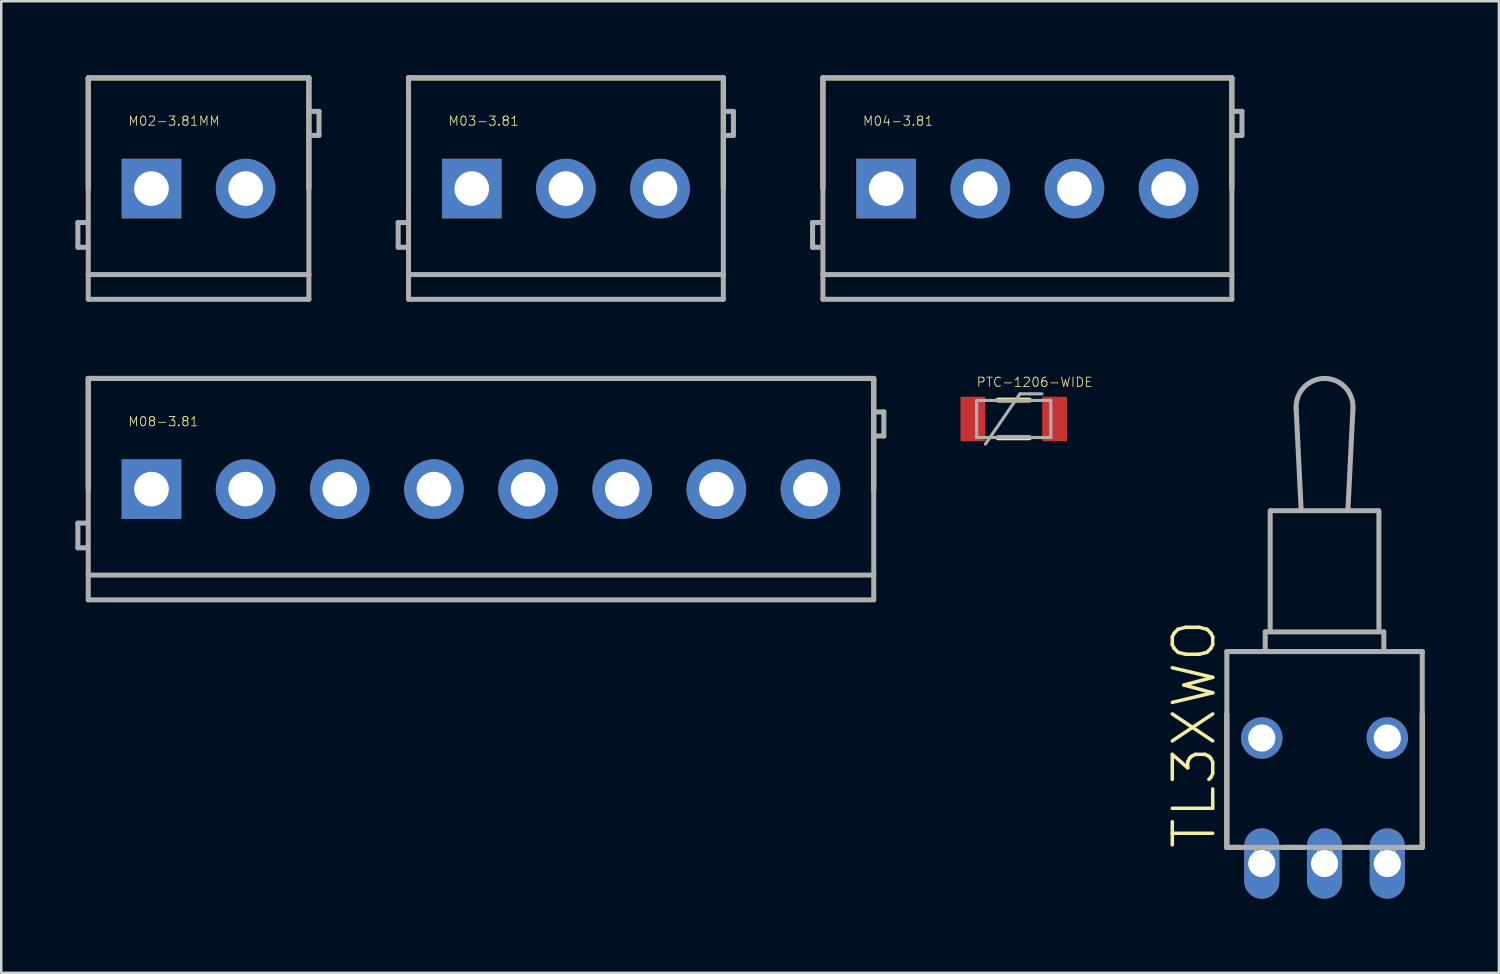
<source format=kicad_pcb>
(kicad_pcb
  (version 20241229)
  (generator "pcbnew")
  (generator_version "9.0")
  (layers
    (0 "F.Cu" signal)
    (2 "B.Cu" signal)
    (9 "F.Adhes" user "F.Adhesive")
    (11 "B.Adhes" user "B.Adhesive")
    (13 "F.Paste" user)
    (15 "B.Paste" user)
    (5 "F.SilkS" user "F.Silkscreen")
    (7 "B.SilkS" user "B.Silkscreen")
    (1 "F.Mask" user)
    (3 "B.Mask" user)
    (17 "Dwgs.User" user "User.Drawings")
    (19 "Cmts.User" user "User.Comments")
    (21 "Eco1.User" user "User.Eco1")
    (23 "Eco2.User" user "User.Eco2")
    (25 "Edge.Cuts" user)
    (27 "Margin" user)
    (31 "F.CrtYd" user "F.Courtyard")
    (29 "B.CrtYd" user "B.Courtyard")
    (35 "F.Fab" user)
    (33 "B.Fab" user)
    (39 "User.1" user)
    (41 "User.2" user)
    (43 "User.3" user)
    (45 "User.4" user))
  (footprint "M02-3.81MM"
    (layer "F.Cu")
    (at 3.081 4.582)
    (property "Reference" "M02-3.81MM" (at -0.965 -2.515 0) (unlocked yes) (layer "F.SilkS") (effects (font (size 0.374 0.374) (thickness 0.033)) (justify left bottom)))
    (fp_line (start -2.56 -4.48) (end 6.37 -4.48) (stroke (width 0.203) (type solid)) (layer "F.SilkS"))
    (fp_line (start -2.56 -0.013) (end -2.56 -4.48) (stroke (width 0.203) (type solid)) (layer "F.SilkS"))
    (fp_line (start 6.37 -4.48) (end 6.37 -0.013) (stroke (width 0.203) (type solid)) (layer "F.SilkS"))
    (fp_line (start -2.979 1.375) (end -2.979 2.375) (stroke (width 0.203) (type solid)) (layer "F.Fab"))
    (fp_line (start -2.979 2.375) (end -2.579 2.375) (stroke (width 0.203) (type solid)) (layer "F.Fab"))
    (fp_line (start -2.579 1.375) (end -2.979 1.375) (stroke (width 0.203) (type solid)) (layer "F.Fab"))
    (fp_line (start -2.56 -4.48) (end 6.37 -4.48) (stroke (width 0.203) (type solid)) (layer "F.Fab"))
    (fp_line (start -2.56 3.48) (end -2.56 -4.48) (stroke (width 0.203) (type solid)) (layer "F.Fab"))
    (fp_line (start -2.56 4.48) (end -2.56 3.48) (stroke (width 0.203) (type solid)) (layer "F.Fab"))
    (fp_line (start 6.37 -4.48) (end 6.37 3.48) (stroke (width 0.203) (type solid)) (layer "F.Fab"))
    (fp_line (start 6.37 3.48) (end -2.56 3.48) (stroke (width 0.203) (type solid)) (layer "F.Fab"))
    (fp_line (start 6.37 3.48) (end 6.37 4.48) (stroke (width 0.203) (type solid)) (layer "F.Fab"))
    (fp_line (start 6.37 4.48) (end -2.56 4.48) (stroke (width 0.203) (type solid)) (layer "F.Fab"))
    (fp_line (start 6.379 -3.125) (end 6.779 -3.125) (stroke (width 0.203) (type solid)) (layer "F.Fab"))
    (fp_line (start 6.779 -3.125) (end 6.779 -2.15) (stroke (width 0.203) (type solid)) (layer "F.Fab"))
    (fp_line (start 6.779 -2.15) (end 6.379 -2.15) (stroke (width 0.203) (type solid)) (layer "F.Fab"))
    (pad "1" thru_hole rect (at 0 0) (size 2.413 2.413) (drill 1.4) (layers "*.Cu" "*.Mask"))
    (pad "2" thru_hole circle (at 3.81 0) (size 2.413 2.413) (drill 1.4) (layers "*.Cu" "*.Mask")))
  (footprint "M08-3.81"
    (layer "F.Cu")
    (at 3.081 16.745)
    (property "Reference" "M08-3.81" (at -0.965 -2.515 0) (unlocked yes) (layer "F.SilkS") (effects (font (size 0.374 0.374) (thickness 0.033)) (justify left bottom)))
    (fp_line (start -2.56 -4.48) (end 29.23 -4.48) (stroke (width 0.203) (type solid)) (layer "F.SilkS"))
    (fp_line (start -2.56 0.035) (end -2.56 -4.457) (stroke (width 0.203) (type solid)) (layer "F.SilkS"))
    (fp_line (start 29.23 -4.457) (end 29.23 0.035) (stroke (width 0.203) (type solid)) (layer "F.SilkS"))
    (fp_line (start -2.979 1.375) (end -2.979 2.375) (stroke (width 0.203) (type solid)) (layer "F.Fab"))
    (fp_line (start -2.979 2.375) (end -2.579 2.375) (stroke (width 0.203) (type solid)) (layer "F.Fab"))
    (fp_line (start -2.579 1.375) (end -2.979 1.375) (stroke (width 0.203) (type solid)) (layer "F.Fab"))
    (fp_line (start -2.56 -4.48) (end 29.23 -4.48) (stroke (width 0.203) (type solid)) (layer "F.Fab"))
    (fp_line (start -2.56 3.48) (end -2.56 -4.48) (stroke (width 0.203) (type solid)) (layer "F.Fab"))
    (fp_line (start -2.56 4.48) (end -2.56 3.48) (stroke (width 0.203) (type solid)) (layer "F.Fab"))
    (fp_line (start 29.23 -4.48) (end 29.23 3.48) (stroke (width 0.203) (type solid)) (layer "F.Fab"))
    (fp_line (start 29.23 3.48) (end -2.56 3.48) (stroke (width 0.203) (type solid)) (layer "F.Fab"))
    (fp_line (start 29.23 3.48) (end 29.23 4.48) (stroke (width 0.203) (type solid)) (layer "F.Fab"))
    (fp_line (start 29.23 4.48) (end -2.56 4.48) (stroke (width 0.203) (type solid)) (layer "F.Fab"))
    (fp_line (start 29.239 -3.125) (end 29.639 -3.125) (stroke (width 0.203) (type solid)) (layer "F.Fab"))
    (fp_line (start 29.639 -3.125) (end 29.639 -2.15) (stroke (width 0.203) (type solid)) (layer "F.Fab"))
    (fp_line (start 29.639 -2.15) (end 29.239 -2.15) (stroke (width 0.203) (type solid)) (layer "F.Fab"))
    (pad "1" thru_hole rect (at 0 0) (size 2.413 2.413) (drill 1.4) (layers "*.Cu" "*.Mask"))
    (pad "2" thru_hole circle (at 3.81 0) (size 2.413 2.413) (drill 1.4) (layers "*.Cu" "*.Mask"))
    (pad "3" thru_hole circle (at 7.62 0) (size 2.413 2.413) (drill 1.4) (layers "*.Cu" "*.Mask"))
    (pad "4" thru_hole circle (at 11.43 0) (size 2.413 2.413) (drill 1.4) (layers "*.Cu" "*.Mask"))
    (pad "5" thru_hole circle (at 15.24 0) (size 2.413 2.413) (drill 1.4) (layers "*.Cu" "*.Mask"))
    (pad "6" thru_hole circle (at 19.05 0) (size 2.413 2.413) (drill 1.4) (layers "*.Cu" "*.Mask"))
    (pad "7" thru_hole circle (at 22.86 0) (size 2.413 2.413) (drill 1.4) (layers "*.Cu" "*.Mask"))
    (pad "8" thru_hole circle (at 26.67 0) (size 2.413 2.413) (drill 1.4) (layers "*.Cu" "*.Mask")))
  (footprint "TL3XWO"
    (layer "F.Cu")
    (at 50.555 26.818)
    (property "Reference" "TL3XWO" (at -4.318 4.572 90) (unlocked yes) (layer "F.SilkS") (effects (font (size 1.636 1.636) (thickness 0.142)) (justify left bottom)))
    (fp_line (start -3.955 4.425) (end -3.955 -0.96) (stroke (width 0.203) (type solid)) (layer "F.SilkS"))
    (fp_line (start -3.411 4.425) (end -3.955 4.425) (stroke (width 0.203) (type solid)) (layer "F.SilkS"))
    (fp_line (start -0.871 4.425) (end -1.669 4.425) (stroke (width 0.203) (type solid)) (layer "F.SilkS"))
    (fp_line (start 1.669 4.425) (end 0.871 4.425) (stroke (width 0.203) (type solid)) (layer "F.SilkS"))
    (fp_line (start 3.955 -0.96) (end 3.955 4.425) (stroke (width 0.203) (type solid)) (layer "F.SilkS"))
    (fp_line (start 3.955 4.425) (end 3.411 4.425) (stroke (width 0.203) (type solid)) (layer "F.SilkS"))
    (fp_line (start -3.955 -3.5) (end 3.955 -3.5) (stroke (width 0.203) (type solid)) (layer "F.Fab"))
    (fp_line (start -3.955 4.425) (end -3.955 -3.5) (stroke (width 0.203) (type solid)) (layer "F.Fab"))
    (fp_line (start -2.4 -4.295) (end 2.4 -4.295) (stroke (width 0.203) (type solid)) (layer "F.Fab"))
    (fp_line (start -2.4 -3.62) (end -2.4 -4.295) (stroke (width 0.203) (type solid)) (layer "F.Fab"))
    (fp_line (start -2.2 -4.37) (end -2.2 -9.195) (stroke (width 0.203) (type solid)) (layer "F.Fab"))
    (fp_line (start -2.18 -9.2) (end 2.18 -9.2) (stroke (width 0.203) (type solid)) (layer "F.Fab"))
    (fp_line (start -1.15 -13.345) (end -0.95 -9.295) (stroke (width 0.203) (type solid)) (layer "F.Fab"))
    (fp_line (start 0.95 -9.295) (end 1.15 -13.345) (stroke (width 0.203) (type solid)) (layer "F.Fab"))
    (fp_line (start 2.2 -4.345) (end 2.2 -9.195) (stroke (width 0.203) (type solid)) (layer "F.Fab"))
    (fp_line (start 2.4 -4.295) (end 2.4 -3.595) (stroke (width 0.203) (type solid)) (layer "F.Fab"))
    (fp_line (start 3.955 -3.5) (end 3.955 4.425) (stroke (width 0.203) (type solid)) (layer "F.Fab"))
    (fp_line (start 3.955 4.425) (end -3.955 4.425) (stroke (width 0.203) (type solid)) (layer "F.Fab"))
    (fp_arc (start -1.15 -13.345) (mid 0 -14.553202) (end 1.15 -13.345) (stroke (width 0.2032) (type solid)) (layer "F.Fab"))
    (fp_poly (pts (xy -2.8 5.455) (xy -2.25 5.455) (xy -2.25 4.405) (xy -2.8 4.405)) (stroke (width 0.1) (type default)) (fill no) (layer "F.Fab"))
    (fp_poly (pts (xy -0.26 5.455) (xy 0.29 5.455) (xy 0.29 4.405) (xy -0.26 4.405)) (stroke (width 0.1) (type default)) (fill no) (layer "F.Fab"))
    (fp_poly (pts (xy 2.28 5.455) (xy 2.83 5.455) (xy 2.83 4.405) (xy 2.28 4.405)) (stroke (width 0.1) (type default)) (fill no) (layer "F.Fab"))
    (pad "1" thru_hole oval (at -2.54 5.08 90) (size 2.845 1.422) (drill 1.1) (layers "*.Cu" "*.Mask"))
    (pad "2" thru_hole oval (at 0 5.08 90) (size 2.845 1.422) (drill 1.1) (layers "*.Cu" "*.Mask"))
    (pad "3" thru_hole oval (at 2.54 5.08 90) (size 2.845 1.422) (drill 1.1) (layers "*.Cu" "*.Mask"))
    (pad "M1" thru_hole circle (at -2.54 0 90) (size 1.676 1.676) (drill 1.1) (layers "*.Cu" "*.Mask"))
    (pad "M2" thru_hole circle (at 2.54 0 90) (size 1.676 1.676) (drill 1.1) (layers "*.Cu" "*.Mask")))
  (footprint "PTC-1206-WIDE"
    (layer "F.Cu")
    (at 37.976 13.905)
    (property "Reference" "PTC-1206-WIDE" (at -1.524 -1.27 0) (unlocked yes) (layer "F.SilkS") (effects (font (size 0.374 0.374) (thickness 0.033)) (justify left bottom)))
    (fp_line (start -0.635 -0.762) (end 0.635 -0.762) (stroke (width 0.203) (type solid)) (layer "F.SilkS"))
    (fp_line (start 0.635 0.762) (end -0.635 0.762) (stroke (width 0.203) (type solid)) (layer "F.SilkS"))
    (fp_line (start -1.5 -0.75) (end 1.5 -0.75) (stroke (width 0.127) (type solid)) (layer "F.Fab"))
    (fp_line (start -1.5 0.75) (end -1.5 -0.75) (stroke (width 0.127) (type solid)) (layer "F.Fab"))
    (fp_line (start -1.143 1.016) (end 0.254 -1.016) (stroke (width 0.127) (type solid)) (layer "F.Fab"))
    (fp_line (start 0.254 -1.016) (end 1.143 -1.016) (stroke (width 0.127) (type solid)) (layer "F.Fab"))
    (fp_line (start 1.5 -0.75) (end 1.5 0.75) (stroke (width 0.127) (type solid)) (layer "F.Fab"))
    (fp_line (start 1.5 0.75) (end -1.5 0.75) (stroke (width 0.127) (type solid)) (layer "F.Fab"))
    (pad "1" smd rect (at -1.654 0) (size 1 1.8) (layers "F.Cu" "F.Mask" "F.Paste"))
    (pad "2" smd rect (at 1.654 0) (size 1 1.8) (layers "F.Cu" "F.Mask" "F.Paste")))
  (footprint "M03-3.81"
    (layer "F.Cu")
    (at 16.043 4.582)
    (property "Reference" "M03-3.81" (at -0.965 -2.515 0) (unlocked yes) (layer "F.SilkS") (effects (font (size 0.374 0.374) (thickness 0.033)) (justify left bottom)))
    (fp_line (start -2.56 -4.48) (end 10.18 -4.48) (stroke (width 0.203) (type solid)) (layer "F.SilkS"))
    (fp_line (start -2.56 -0.013) (end -2.56 -4.48) (stroke (width 0.203) (type solid)) (layer "F.SilkS"))
    (fp_line (start 10.18 -4.48) (end 10.18 -0.013) (stroke (width 0.203) (type solid)) (layer "F.SilkS"))
    (fp_line (start -2.979 1.375) (end -2.979 2.375) (stroke (width 0.203) (type solid)) (layer "F.Fab"))
    (fp_line (start -2.979 2.375) (end -2.579 2.375) (stroke (width 0.203) (type solid)) (layer "F.Fab"))
    (fp_line (start -2.579 1.375) (end -2.979 1.375) (stroke (width 0.203) (type solid)) (layer "F.Fab"))
    (fp_line (start -2.56 -4.48) (end 10.18 -4.48) (stroke (width 0.203) (type solid)) (layer "F.Fab"))
    (fp_line (start -2.56 3.48) (end -2.56 -4.48) (stroke (width 0.203) (type solid)) (layer "F.Fab"))
    (fp_line (start -2.56 4.48) (end -2.56 3.48) (stroke (width 0.203) (type solid)) (layer "F.Fab"))
    (fp_line (start 10.18 -4.48) (end 10.18 3.48) (stroke (width 0.203) (type solid)) (layer "F.Fab"))
    (fp_line (start 10.18 3.48) (end -2.56 3.48) (stroke (width 0.203) (type solid)) (layer "F.Fab"))
    (fp_line (start 10.18 3.48) (end 10.18 4.48) (stroke (width 0.203) (type solid)) (layer "F.Fab"))
    (fp_line (start 10.18 4.48) (end -2.56 4.48) (stroke (width 0.203) (type solid)) (layer "F.Fab"))
    (fp_line (start 10.189 -3.125) (end 10.589 -3.125) (stroke (width 0.203) (type solid)) (layer "F.Fab"))
    (fp_line (start 10.589 -3.125) (end 10.589 -2.15) (stroke (width 0.203) (type solid)) (layer "F.Fab"))
    (fp_line (start 10.589 -2.15) (end 10.189 -2.15) (stroke (width 0.203) (type solid)) (layer "F.Fab"))
    (pad "1" thru_hole rect (at 0 0) (size 2.413 2.413) (drill 1.4) (layers "*.Cu" "*.Mask"))
    (pad "2" thru_hole circle (at 3.81 0) (size 2.413 2.413) (drill 1.4) (layers "*.Cu" "*.Mask"))
    (pad "3" thru_hole circle (at 7.62 0) (size 2.413 2.413) (drill 1.4) (layers "*.Cu" "*.Mask")))
  (footprint "M04-3.81"
    (layer "F.Cu")
    (at 32.814 4.582)
    (property "Reference" "M04-3.81" (at -0.965 -2.515 0) (unlocked yes) (layer "F.SilkS") (effects (font (size 0.374 0.374) (thickness 0.033)) (justify left bottom)))
    (fp_line (start -2.56 -4.48) (end 13.99 -4.48) (stroke (width 0.203) (type solid)) (layer "F.SilkS"))
    (fp_line (start -2.56 -0.013) (end -2.56 -4.48) (stroke (width 0.203) (type solid)) (layer "F.SilkS"))
    (fp_line (start 13.99 -4.48) (end 13.99 -0.013) (stroke (width 0.203) (type solid)) (layer "F.SilkS"))
    (fp_line (start -2.979 1.375) (end -2.979 2.375) (stroke (width 0.203) (type solid)) (layer "F.Fab"))
    (fp_line (start -2.979 2.375) (end -2.579 2.375) (stroke (width 0.203) (type solid)) (layer "F.Fab"))
    (fp_line (start -2.579 1.375) (end -2.979 1.375) (stroke (width 0.203) (type solid)) (layer "F.Fab"))
    (fp_line (start -2.56 -4.48) (end 13.99 -4.48) (stroke (width 0.203) (type solid)) (layer "F.Fab"))
    (fp_line (start -2.56 3.48) (end -2.56 -4.48) (stroke (width 0.203) (type solid)) (layer "F.Fab"))
    (fp_line (start -2.56 4.48) (end -2.56 3.48) (stroke (width 0.203) (type solid)) (layer "F.Fab"))
    (fp_line (start 13.99 -4.48) (end 13.99 3.48) (stroke (width 0.203) (type solid)) (layer "F.Fab"))
    (fp_line (start 13.99 3.48) (end -2.56 3.48) (stroke (width 0.203) (type solid)) (layer "F.Fab"))
    (fp_line (start 13.99 3.48) (end 13.99 4.48) (stroke (width 0.203) (type solid)) (layer "F.Fab"))
    (fp_line (start 13.99 4.48) (end -2.56 4.48) (stroke (width 0.203) (type solid)) (layer "F.Fab"))
    (fp_line (start 13.999 -3.125) (end 14.399 -3.125) (stroke (width 0.203) (type solid)) (layer "F.Fab"))
    (fp_line (start 14.399 -3.125) (end 14.399 -2.15) (stroke (width 0.203) (type solid)) (layer "F.Fab"))
    (fp_line (start 14.399 -2.15) (end 13.999 -2.15) (stroke (width 0.203) (type solid)) (layer "F.Fab"))
    (pad "1" thru_hole rect (at 0 0) (size 2.413 2.413) (drill 1.4) (layers "*.Cu" "*.Mask"))
    (pad "2" thru_hole circle (at 3.81 0) (size 2.413 2.413) (drill 1.4) (layers "*.Cu" "*.Mask"))
    (pad "3" thru_hole circle (at 7.62 0) (size 2.413 2.413) (drill 1.4) (layers "*.Cu" "*.Mask"))
    (pad "4" thru_hole circle (at 11.43 0) (size 2.413 2.413) (drill 1.4) (layers "*.Cu" "*.Mask")))
  (gr_rect
    (start -3 -3)
    (end 57.612 36.32)
    (stroke (width 0.1) (type default))
    (fill no)
    (layer "Edge.Cuts")))
</source>
